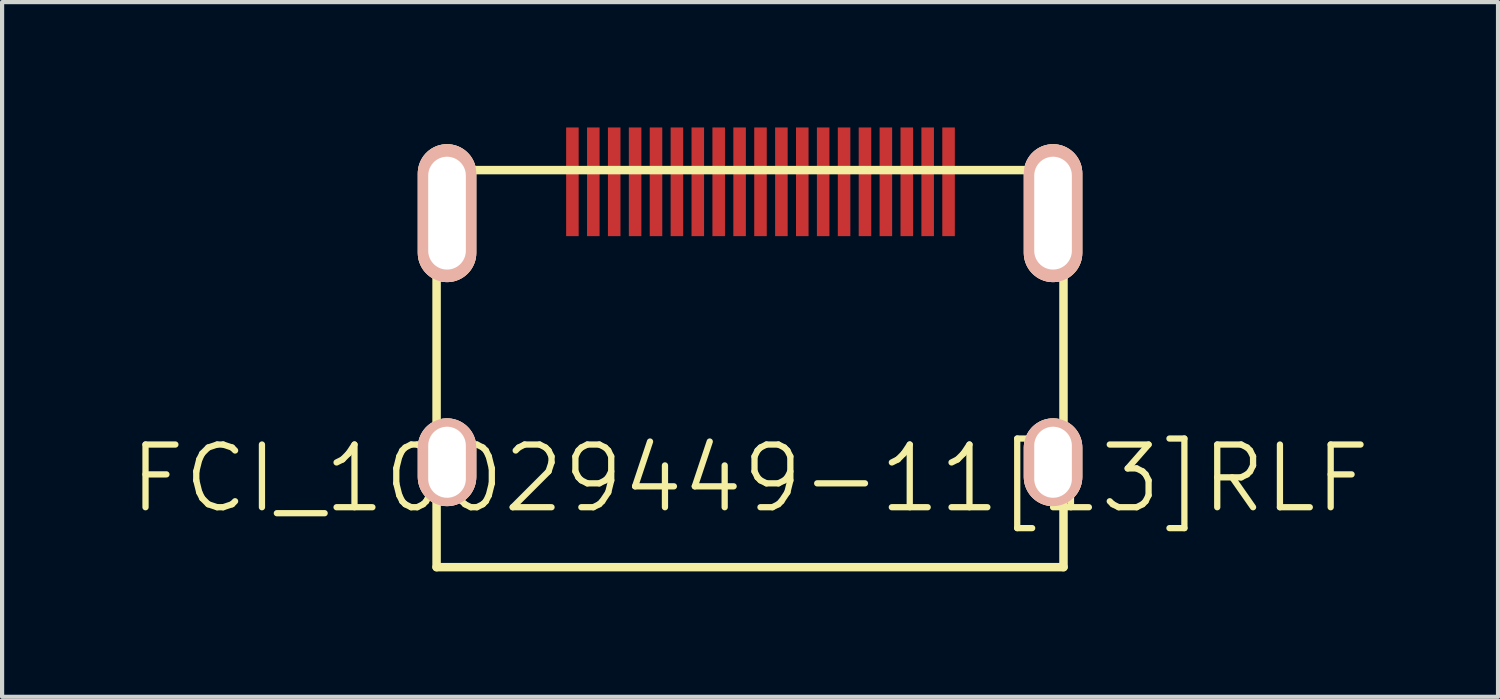
<source format=kicad_pcb>
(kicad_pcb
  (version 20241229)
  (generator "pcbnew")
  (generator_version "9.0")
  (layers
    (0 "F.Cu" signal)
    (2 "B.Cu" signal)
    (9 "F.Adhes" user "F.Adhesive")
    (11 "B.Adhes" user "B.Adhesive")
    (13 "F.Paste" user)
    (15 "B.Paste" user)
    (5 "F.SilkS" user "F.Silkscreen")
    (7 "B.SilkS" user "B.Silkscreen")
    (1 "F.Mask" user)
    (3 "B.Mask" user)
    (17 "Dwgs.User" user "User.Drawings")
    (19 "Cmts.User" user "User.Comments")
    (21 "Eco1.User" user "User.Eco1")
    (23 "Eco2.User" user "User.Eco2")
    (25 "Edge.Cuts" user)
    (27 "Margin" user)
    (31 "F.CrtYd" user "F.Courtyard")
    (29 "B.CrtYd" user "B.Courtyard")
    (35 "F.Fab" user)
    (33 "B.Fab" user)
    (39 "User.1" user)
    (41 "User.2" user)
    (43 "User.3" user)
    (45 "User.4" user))
  (footprint "FCI_10029449-11[13]RLF"
    (layer "F.Cu")
    (at 14.896 2.05)
    (property "Reference" "FCI_10029449-11[13]RLF" (at 0 6.35 0) (layer "F.SilkS") (effects (font (size 1.5 1.5) (thickness 0.15))))
    (attr through_hole)
    (fp_line (start -7.5 -1.03) (end 7.5 -1.03) (stroke (width 0.203) (type solid)) (layer "F.SilkS"))
    (fp_line (start -7.5 8.47) (end -7.5 -1.03) (stroke (width 0.203) (type solid)) (layer "F.SilkS"))
    (fp_line (start 7.5 8.47) (end -7.5 8.47) (stroke (width 0.203) (type solid)) (layer "F.SilkS"))
    (fp_line (start 7.5 8.47) (end 7.5 -1.03) (stroke (width 0.203) (type solid)) (layer "F.SilkS"))
    (pad "1" smd rect (at 4.75 -0.75) (size 0.3 2.6) (layers "F.Cu" "F.Mask" "F.Paste"))
    (pad "2" smd rect (at 4.25 -0.75) (size 0.3 2.6) (layers "F.Cu" "F.Mask" "F.Paste"))
    (pad "3" smd rect (at 3.75 -0.75) (size 0.3 2.6) (layers "F.Cu" "F.Mask" "F.Paste"))
    (pad "4" smd rect (at 3.25 -0.75) (size 0.3 2.6) (layers "F.Cu" "F.Mask" "F.Paste"))
    (pad "5" smd rect (at 2.75 -0.75) (size 0.3 2.6) (layers "F.Cu" "F.Mask" "F.Paste"))
    (pad "6" smd rect (at 2.25 -0.75) (size 0.3 2.6) (layers "F.Cu" "F.Mask" "F.Paste"))
    (pad "7" smd rect (at 1.75 -0.75) (size 0.3 2.6) (layers "F.Cu" "F.Mask" "F.Paste"))
    (pad "8" smd rect (at 1.25 -0.75) (size 0.3 2.6) (layers "F.Cu" "F.Mask" "F.Paste"))
    (pad "9" smd rect (at 0.75 -0.75) (size 0.3 2.6) (layers "F.Cu" "F.Mask" "F.Paste"))
    (pad "10" smd rect (at 0.25 -0.75) (size 0.3 2.6) (layers "F.Cu" "F.Mask" "F.Paste"))
    (pad "11" smd rect (at -0.25 -0.75) (size 0.3 2.6) (layers "F.Cu" "F.Mask" "F.Paste"))
    (pad "12" smd rect (at -0.75 -0.75) (size 0.3 2.6) (layers "F.Cu" "F.Mask" "F.Paste"))
    (pad "13" smd rect (at -1.25 -0.75) (size 0.3 2.6) (layers "F.Cu" "F.Mask" "F.Paste"))
    (pad "14" smd rect (at -1.75 -0.75) (size 0.3 2.6) (layers "F.Cu" "F.Mask" "F.Paste"))
    (pad "15" smd rect (at -2.25 -0.75) (size 0.3 2.6) (layers "F.Cu" "F.Mask" "F.Paste"))
    (pad "16" smd rect (at -2.75 -0.75) (size 0.3 2.6) (layers "F.Cu" "F.Mask" "F.Paste"))
    (pad "17" smd rect (at -3.25 -0.75) (size 0.3 2.6) (layers "F.Cu" "F.Mask" "F.Paste"))
    (pad "18" smd rect (at -3.75 -0.75) (size 0.3 2.6) (layers "F.Cu" "F.Mask" "F.Paste"))
    (pad "19" smd rect (at -4.25 -0.75) (size 0.3 2.6) (layers "F.Cu" "F.Mask" "F.Paste"))
    (pad "SHLD" thru_hole oval (at -7.25 0) (size 1.4 3.3) (drill oval 0.9 2.7) (layers "*.Cu" "*.SilkS" "*.Mask"))
    (pad "SHLD" thru_hole oval (at -7.25 5.96) (size 1.4 2.1) (drill oval 0.9 1.7) (layers "*.Cu" "*.SilkS" "*.Mask"))
    (pad "SHLD" thru_hole oval (at 7.25 0) (size 1.4 3.3) (drill oval 0.9 2.7) (layers "*.Cu" "*.SilkS" "*.Mask"))
    (pad "SHLD" thru_hole oval (at 7.25 5.96) (size 1.4 2.1) (drill oval 0.9 1.7) (layers "*.Cu" "*.SilkS" "*.Mask")))
  (gr_rect
    (start -3 -3)
    (end 32.793 13.622)
    (stroke (width 0.1) (type default))
    (fill no)
    (layer "Edge.Cuts")))
</source>
